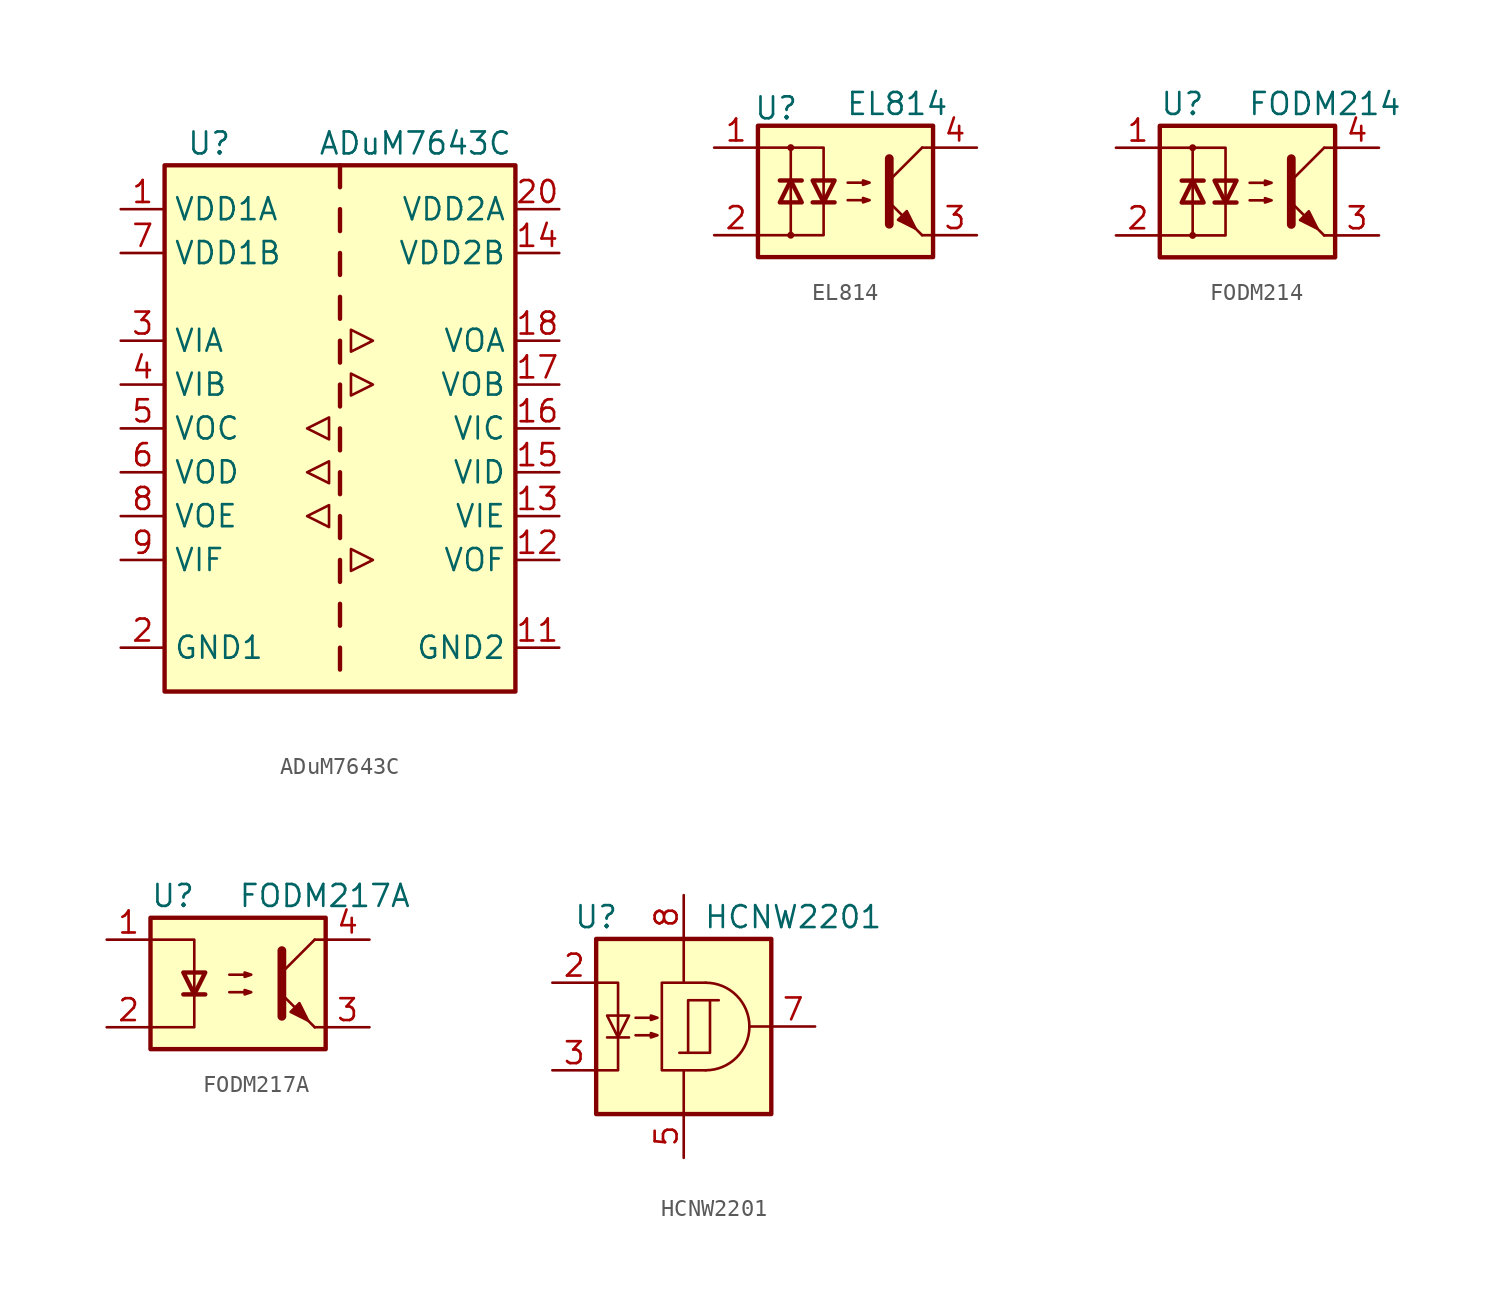
<source format=kicad_sym>
(kicad_symbol_lib
  (version 20201005)
  (generator kicad_symbol_editor)
  (symbol "ADuM7643C"
    (property "Reference" "U"
      (at -8.89 16.51 0)
      (effects (font (size 1.27 1.27)) (justify left)))
    (property "Value" "ADuM7643C"
      (at -1.27 16.51 0)
      (effects (font (size 1.27 1.27)) (justify left)))
    (symbol "ADuM7643C_0_1"
      (polyline (pts (xy -1.905 -5.08) (xy -0.635 -5.715) (xy -0.635 -4.445) (xy -1.905 -5.08)) (stroke (width 0)) (fill (type none)))
      (polyline (pts (xy -1.905 -2.54) (xy -0.635 -3.175) (xy -0.635 -1.905) (xy -1.905 -2.54)) (stroke (width 0)) (fill (type none)))
      (polyline (pts (xy -1.905 0) (xy -0.635 -0.635) (xy -0.635 0.635) (xy -1.905 0)) (stroke (width 0)) (fill (type none)))
      (polyline (pts (xy 0.635 -6.985) (xy 0.635 -8.255) (xy 1.905 -7.62) (xy 0.635 -6.985)) (stroke (width 0)) (fill (type none)))
      (polyline (pts (xy 0.635 3.175) (xy 0.635 1.905) (xy 1.905 2.54) (xy 0.635 3.175)) (stroke (width 0)) (fill (type none)))
      (polyline (pts (xy 0.635 5.715) (xy 0.635 4.445) (xy 1.905 5.08) (xy 0.635 5.715)) (stroke (width 0)) (fill (type none))))
    (symbol "ADuM7643C_1_1"
      (rectangle (start -10.16 15.24) (end 10.16 -15.24) (stroke (width 0.254)) (fill (type background)))
      (polyline (pts (xy 0 -12.7) (xy 0 -13.97)) (stroke (width 0.254)) (fill (type none)))
      (polyline (pts (xy 0 -10.16) (xy 0 -11.43)) (stroke (width 0.254)) (fill (type none)))
      (polyline (pts (xy 0 -7.62) (xy 0 -8.89)) (stroke (width 0.254)) (fill (type none)))
      (polyline (pts (xy 0 -5.08) (xy 0 -6.35)) (stroke (width 0.254)) (fill (type none)))
      (polyline (pts (xy 0 -2.54) (xy 0 -3.81)) (stroke (width 0.254)) (fill (type none)))
      (polyline (pts (xy 0 0) (xy 0 -1.27)) (stroke (width 0.254)) (fill (type none)))
      (polyline (pts (xy 0 2.54) (xy 0 1.27)) (stroke (width 0.254)) (fill (type none)))
      (polyline (pts (xy 0 5.08) (xy 0 3.81)) (stroke (width 0.254)) (fill (type none)))
      (polyline (pts (xy 0 7.62) (xy 0 6.35)) (stroke (width 0.254)) (fill (type none)))
      (polyline (pts (xy 0 10.16) (xy 0 8.89)) (stroke (width 0.254)) (fill (type none)))
      (polyline (pts (xy 0 12.7) (xy 0 11.43)) (stroke (width 0.254)) (fill (type none)))
      (polyline (pts (xy 0 15.24) (xy 0 13.97)) (stroke (width 0.254)) (fill (type none)))
      (pin power_in line (at -12.7 12.7 0) (length 2.54) (name "VDD1A" (effects (font (size 1.27 1.27)))) (number "1" (effects (font (size 1.27 1.27)))))
      (pin passive line (at -12.7 -12.7 0) (length 2.54) hide (name "GND1" (effects (font (size 1.27 1.27)))) (number "10" (effects (font (size 1.27 1.27)))))
      (pin power_in line (at 12.7 -12.7 180) (length 2.54) (name "GND2" (effects (font (size 1.27 1.27)))) (number "11" (effects (font (size 1.27 1.27)))))
      (pin output line (at 12.7 -7.62 180) (length 2.54) (name "VOF" (effects (font (size 1.27 1.27)))) (number "12" (effects (font (size 1.27 1.27)))))
      (pin input line (at 12.7 -5.08 180) (length 2.54) (name "VIE" (effects (font (size 1.27 1.27)))) (number "13" (effects (font (size 1.27 1.27)))))
      (pin power_in line (at 12.7 10.16 180) (length 2.54) (name "VDD2B" (effects (font (size 1.27 1.27)))) (number "14" (effects (font (size 1.27 1.27)))))
      (pin input line (at 12.7 -2.54 180) (length 2.54) (name "VID" (effects (font (size 1.27 1.27)))) (number "15" (effects (font (size 1.27 1.27)))))
      (pin input line (at 12.7 0 180) (length 2.54) (name "VIC" (effects (font (size 1.27 1.27)))) (number "16" (effects (font (size 1.27 1.27)))))
      (pin output line (at 12.7 2.54 180) (length 2.54) (name "VOB" (effects (font (size 1.27 1.27)))) (number "17" (effects (font (size 1.27 1.27)))))
      (pin output line (at 12.7 5.08 180) (length 2.54) (name "VOA" (effects (font (size 1.27 1.27)))) (number "18" (effects (font (size 1.27 1.27)))))
      (pin passive line (at 12.7 -12.7 180) (length 2.54) hide (name "GND2" (effects (font (size 1.27 1.27)))) (number "19" (effects (font (size 1.27 1.27)))))
      (pin power_in line (at -12.7 -12.7 0) (length 2.54) (name "GND1" (effects (font (size 1.27 1.27)))) (number "2" (effects (font (size 1.27 1.27)))))
      (pin power_in line (at 12.7 12.7 180) (length 2.54) (name "VDD2A" (effects (font (size 1.27 1.27)))) (number "20" (effects (font (size 1.27 1.27)))))
      (pin input line (at -12.7 5.08 0) (length 2.54) (name "VIA" (effects (font (size 1.27 1.27)))) (number "3" (effects (font (size 1.27 1.27)))))
      (pin input line (at -12.7 2.54 0) (length 2.54) (name "VIB" (effects (font (size 1.27 1.27)))) (number "4" (effects (font (size 1.27 1.27)))))
      (pin output line (at -12.7 0 0) (length 2.54) (name "VOC" (effects (font (size 1.27 1.27)))) (number "5" (effects (font (size 1.27 1.27)))))
      (pin output line (at -12.7 -2.54 0) (length 2.54) (name "VOD" (effects (font (size 1.27 1.27)))) (number "6" (effects (font (size 1.27 1.27)))))
      (pin power_in line (at -12.7 10.16 0) (length 2.54) (name "VDD1B" (effects (font (size 1.27 1.27)))) (number "7" (effects (font (size 1.27 1.27)))))
      (pin output line (at -12.7 -5.08 0) (length 2.54) (name "VOE" (effects (font (size 1.27 1.27)))) (number "8" (effects (font (size 1.27 1.27)))))
      (pin input line (at -12.7 -7.62 0) (length 2.54) (name "VIF" (effects (font (size 1.27 1.27)))) (number "9" (effects (font (size 1.27 1.27)))))))
  (symbol "EL814"
    (pin_names
      (offset 1.016))
    (property "Reference" "U"
      (at -5.334 4.826 0)
      (effects (font (size 1.27 1.27)) (justify left)))
    (property "Value" "EL814"
      (at 0 5.08 0)
      (effects (font (size 1.27 1.27)) (justify left)))
    (symbol "EL814_0_1"
      (circle (center -3.175 -2.54) (radius 0.127) (stroke (width 0)) (fill (type none)))
      (circle (center -3.175 2.54) (radius 0.127) (stroke (width 0)) (fill (type none)))
      (rectangle (start -5.08 3.81) (end 5.08 -3.81) (stroke (width 0.254)) (fill (type background)))
      (polyline (pts (xy -3.81 0.635) (xy -2.54 0.635)) (stroke (width 0.254)) (fill (type none)))
      (polyline (pts (xy -3.175 -0.635) (xy -3.175 -2.54)) (stroke (width 0)) (fill (type none)))
      (polyline (pts (xy -3.175 0.635) (xy -3.175 -0.635)) (stroke (width 0)) (fill (type none)))
      (polyline (pts (xy -3.175 0.635) (xy -3.175 2.54)) (stroke (width 0)) (fill (type none)))
      (polyline (pts (xy -1.905 -0.635) (xy -0.635 -0.635)) (stroke (width 0.254)) (fill (type none)))
      (polyline (pts (xy -1.27 0.635) (xy -1.27 -0.635)) (stroke (width 0)) (fill (type none)))
      (polyline (pts (xy 2.54 0.635) (xy 4.445 2.54)) (stroke (width 0)) (fill (type none)))
      (polyline (pts (xy 4.445 -2.54) (xy 5.08 -2.54)) (stroke (width 0)) (fill (type none)))
      (polyline (pts (xy 4.445 2.54) (xy 5.08 2.54)) (stroke (width 0)) (fill (type none)))
      (polyline (pts (xy -5.08 2.54) (xy -1.27 2.54) (xy -1.27 0.635)) (stroke (width 0)) (fill (type none)))
      (polyline (pts (xy -1.27 -0.635) (xy -1.27 -2.54) (xy -5.08 -2.54)) (stroke (width 0)) (fill (type none)))
      (polyline (pts (xy 2.54 1.905) (xy 2.54 -1.905) (xy 2.54 -1.905)) (stroke (width 0.508)) (fill (type none)))
      (polyline (pts (xy -3.175 0.635) (xy -3.81 -0.635) (xy -2.54 -0.635) (xy -3.175 0.635)) (stroke (width 0.254)) (fill (type none)))
      (polyline (pts (xy -1.27 -0.635) (xy -1.905 0.635) (xy -0.635 0.635) (xy -1.27 -0.635)) (stroke (width 0.254)) (fill (type none)))
      (polyline (pts (xy 0.127 -0.508) (xy 1.397 -0.508) (xy 1.016 -0.635) (xy 1.016 -0.381) (xy 1.397 -0.508)) (stroke (width 0)) (fill (type none)))
      (polyline (pts (xy 0.127 0.508) (xy 1.397 0.508) (xy 1.016 0.381) (xy 1.016 0.635) (xy 1.397 0.508)) (stroke (width 0)) (fill (type none)))
      (polyline (pts (xy 4.445 -2.54) (xy 2.54 -0.635)) (stroke (width 0)) (fill (type outline)))
      (polyline (pts (xy 3.048 -1.651) (xy 3.556 -1.143) (xy 4.064 -2.159) (xy 3.048 -1.651) (xy 3.048 -1.651)) (stroke (width 0)) (fill (type outline))))
    (symbol "EL814_1_1"
      (pin passive line (at -7.62 2.54 0) (length 2.54) (name "~" (effects (font (size 1.27 1.27)))) (number "1" (effects (font (size 1.27 1.27)))))
      (pin passive line (at -7.62 -2.54 0) (length 2.54) (name "~" (effects (font (size 1.27 1.27)))) (number "2" (effects (font (size 1.27 1.27)))))
      (pin passive line (at 7.62 -2.54 180) (length 2.54) (name "~" (effects (font (size 1.27 1.27)))) (number "3" (effects (font (size 1.27 1.27)))))
      (pin passive line (at 7.62 2.54 180) (length 2.54) (name "~" (effects (font (size 1.27 1.27)))) (number "4" (effects (font (size 1.27 1.27)))))))
  (symbol "FODM214"
    (property "Reference" "U"
      (at -5.08 5.08 0)
      (effects (font (size 1.27 1.27)) (justify left)))
    (property "Value" "FODM214"
      (at 0 5.08 0)
      (effects (font (size 1.27 1.27)) (justify left)))
    (symbol "FODM214_0_1"
      (circle (center -3.175 -2.54) (radius 0.127) (stroke (width 0)) (fill (type none)))
      (circle (center -3.175 2.54) (radius 0.127) (stroke (width 0)) (fill (type none)))
      (rectangle (start -5.08 3.81) (end 5.08 -3.81) (stroke (width 0.254)) (fill (type background)))
      (polyline (pts (xy -3.81 0.635) (xy -2.54 0.635)) (stroke (width 0.254)) (fill (type none)))
      (polyline (pts (xy -3.175 -0.635) (xy -3.175 -2.54)) (stroke (width 0)) (fill (type none)))
      (polyline (pts (xy -3.175 -0.635) (xy -3.175 2.54)) (stroke (width 0)) (fill (type none)))
      (polyline (pts (xy -1.905 -0.635) (xy -0.635 -0.635)) (stroke (width 0.254)) (fill (type none)))
      (polyline (pts (xy 2.54 0.635) (xy 4.445 2.54)) (stroke (width 0)) (fill (type none)))
      (polyline (pts (xy 4.445 -2.54) (xy 5.08 -2.54)) (stroke (width 0)) (fill (type none)))
      (polyline (pts (xy 4.445 2.54) (xy 5.08 2.54)) (stroke (width 0)) (fill (type none)))
      (polyline (pts (xy -5.08 2.54) (xy -1.27 2.54) (xy -1.27 -0.635)) (stroke (width 0)) (fill (type none)))
      (polyline (pts (xy -1.27 -0.635) (xy -1.27 -2.54) (xy -5.08 -2.54)) (stroke (width 0)) (fill (type none)))
      (polyline (pts (xy 2.54 1.905) (xy 2.54 -1.905) (xy 2.54 -1.905)) (stroke (width 0.508)) (fill (type none)))
      (polyline (pts (xy -3.175 0.635) (xy -3.81 -0.635) (xy -2.54 -0.635) (xy -3.175 0.635)) (stroke (width 0.254)) (fill (type none)))
      (polyline (pts (xy -1.27 -0.635) (xy -1.905 0.635) (xy -0.635 0.635) (xy -1.27 -0.635)) (stroke (width 0.254)) (fill (type none)))
      (polyline (pts (xy 0.127 -0.508) (xy 1.397 -0.508) (xy 1.016 -0.635) (xy 1.016 -0.381) (xy 1.397 -0.508)) (stroke (width 0)) (fill (type none)))
      (polyline (pts (xy 0.127 0.508) (xy 1.397 0.508) (xy 1.016 0.381) (xy 1.016 0.635) (xy 1.397 0.508)) (stroke (width 0)) (fill (type none)))
      (polyline (pts (xy 4.445 -2.54) (xy 2.54 -0.635)) (stroke (width 0)) (fill (type outline)))
      (polyline (pts (xy 3.048 -1.651) (xy 3.556 -1.143) (xy 4.064 -2.159) (xy 3.048 -1.651) (xy 3.048 -1.651)) (stroke (width 0)) (fill (type outline))))
    (symbol "FODM214_1_1"
      (pin passive line (at -7.62 2.54 0) (length 2.54) (name "~" (effects (font (size 1.27 1.27)))) (number "1" (effects (font (size 1.27 1.27)))))
      (pin passive line (at -7.62 -2.54 0) (length 2.54) (name "~" (effects (font (size 1.27 1.27)))) (number "2" (effects (font (size 1.27 1.27)))))
      (pin passive line (at 7.62 -2.54 180) (length 2.54) (name "~" (effects (font (size 1.27 1.27)))) (number "3" (effects (font (size 1.27 1.27)))))
      (pin passive line (at 7.62 2.54 180) (length 2.54) (name "~" (effects (font (size 1.27 1.27)))) (number "4" (effects (font (size 1.27 1.27)))))))
  (symbol "FODM217A"
    (property "Reference" "U"
      (at -5.08 5.08 0)
      (effects (font (size 1.27 1.27)) (justify left)))
    (property "Value" "FODM217A"
      (at 0 5.08 0)
      (effects (font (size 1.27 1.27)) (justify left)))
    (symbol "FODM217A_0_1"
      (rectangle (start -5.08 3.81) (end 5.08 -3.81) (stroke (width 0.254)) (fill (type background)))
      (polyline (pts (xy -3.175 -0.635) (xy -1.905 -0.635)) (stroke (width 0.254)) (fill (type none)))
      (polyline (pts (xy 2.54 0.635) (xy 4.445 2.54)) (stroke (width 0)) (fill (type none)))
      (polyline (pts (xy 4.445 -2.54) (xy 5.08 -2.54)) (stroke (width 0)) (fill (type none)))
      (polyline (pts (xy 4.445 2.54) (xy 5.08 2.54)) (stroke (width 0)) (fill (type none)))
      (polyline (pts (xy -5.08 2.54) (xy -2.54 2.54) (xy -2.54 -0.635)) (stroke (width 0)) (fill (type none)))
      (polyline (pts (xy -2.54 -0.635) (xy -2.54 -2.54) (xy -5.08 -2.54)) (stroke (width 0)) (fill (type none)))
      (polyline (pts (xy 2.54 1.905) (xy 2.54 -1.905) (xy 2.54 -1.905)) (stroke (width 0.508)) (fill (type none)))
      (polyline (pts (xy -2.54 -0.635) (xy -3.175 0.635) (xy -1.905 0.635) (xy -2.54 -0.635)) (stroke (width 0.254)) (fill (type none)))
      (polyline (pts (xy -0.508 -0.508) (xy 0.762 -0.508) (xy 0.381 -0.635) (xy 0.381 -0.381) (xy 0.762 -0.508)) (stroke (width 0)) (fill (type none)))
      (polyline (pts (xy -0.508 0.508) (xy 0.762 0.508) (xy 0.381 0.381) (xy 0.381 0.635) (xy 0.762 0.508)) (stroke (width 0)) (fill (type none)))
      (polyline (pts (xy 4.445 -2.54) (xy 2.54 -0.635)) (stroke (width 0)) (fill (type outline)))
      (polyline (pts (xy 3.048 -1.651) (xy 3.556 -1.143) (xy 4.064 -2.159) (xy 3.048 -1.651) (xy 3.048 -1.651)) (stroke (width 0)) (fill (type outline))))
    (symbol "FODM217A_1_1"
      (pin passive line (at -7.62 2.54 0) (length 2.54) (name "~" (effects (font (size 1.27 1.27)))) (number "1" (effects (font (size 1.27 1.27)))))
      (pin passive line (at -7.62 -2.54 0) (length 2.54) (name "~" (effects (font (size 1.27 1.27)))) (number "2" (effects (font (size 1.27 1.27)))))
      (pin passive line (at 7.62 -2.54 180) (length 2.54) (name "~" (effects (font (size 1.27 1.27)))) (number "3" (effects (font (size 1.27 1.27)))))
      (pin passive line (at 7.62 2.54 180) (length 2.54) (name "~" (effects (font (size 1.27 1.27)))) (number "4" (effects (font (size 1.27 1.27)))))))
  (symbol "HCNW2201"
    (property "Reference" "U"
      (at -5.08 6.35 0)
      (effects (font (size 1.27 1.27))))
    (property "Value" "HCNW2201"
      (at 6.35 6.35 0)
      (effects (font (size 1.27 1.27))))
    (symbol "HCNW2201_0_1"
      (polyline (pts (xy 5.08 0) (xy 3.81 0)) (stroke (width 0)) (fill (type none))))
    (symbol "HCNW2201_1_1"
      (arc (start 1.27 -2.54) (end 1.27 2.54) (radius (at 1.27 0) (length 2.54) (angles -89.9 89.9)) (stroke (width 0)) (fill (type none)))
      (rectangle (start 0.254 1.524) (end 1.524 -1.524) (stroke (width 0)) (fill (type none)))
      (rectangle (start -5.08 5.08) (end 5.08 -5.08) (stroke (width 0.254)) (fill (type background)))
      (polyline (pts (xy -4.445 -0.635) (xy -3.175 -0.635)) (stroke (width 0)) (fill (type none)))
      (polyline (pts (xy 0 2.54) (xy 0 5.08)) (stroke (width 0)) (fill (type none)))
      (polyline (pts (xy 0.254 -1.524) (xy -0.254 -1.524)) (stroke (width 0)) (fill (type none)))
      (polyline (pts (xy 1.524 1.524) (xy 2.032 1.524)) (stroke (width 0)) (fill (type none)))
      (polyline (pts (xy 0 -2.54) (xy 0 -5.08) (xy 0 -3.81)) (stroke (width 0)) (fill (type none)))
      (polyline (pts (xy -5.08 -2.54) (xy -3.81 -2.54) (xy -3.81 2.54) (xy -5.08 2.54)) (stroke (width 0)) (fill (type none)))
      (polyline (pts (xy -3.81 -0.635) (xy -4.445 0.635) (xy -3.175 0.635) (xy -3.81 -0.635)) (stroke (width 0)) (fill (type none)))
      (polyline (pts (xy 1.27 -2.54) (xy -1.27 -2.54) (xy -1.27 2.54) (xy 1.27 2.54)) (stroke (width 0)) (fill (type none)))
      (polyline (pts (xy -2.794 -0.508) (xy -1.524 -0.508) (xy -1.905 -0.635) (xy -1.905 -0.381) (xy -1.524 -0.508)) (stroke (width 0)) (fill (type none)))
      (polyline (pts (xy -2.794 0.508) (xy -1.524 0.508) (xy -1.905 0.381) (xy -1.905 0.635) (xy -1.524 0.508)) (stroke (width 0)) (fill (type none)))
      (pin no_connect line (at -5.08 0 0) (length 2.54) hide (name "~" (effects (font (size 1.27 1.27)))) (number "1" (effects (font (size 1.27 1.27)))))
      (pin passive line (at -7.62 2.54 0) (length 2.54) (name "~" (effects (font (size 1.27 1.27)))) (number "2" (effects (font (size 1.27 1.27)))))
      (pin passive line (at -7.62 -2.54 0) (length 2.54) (name "~" (effects (font (size 1.27 1.27)))) (number "3" (effects (font (size 1.27 1.27)))))
      (pin no_connect line (at -5.08 -5.08 0) (length 2.54) hide (name "~" (effects (font (size 1.27 1.27)))) (number "4" (effects (font (size 1.27 1.27)))))
      (pin power_in line (at 0 -7.62 90) (length 2.54) (name "~" (effects (font (size 1.27 1.27)))) (number "5" (effects (font (size 1.27 1.27)))))
      (pin no_connect line (at 5.08 -2.54 180) (length 2.54) hide (name "~" (effects (font (size 1.27 1.27)))) (number "6" (effects (font (size 1.27 1.27)))))
      (pin output line (at 7.62 0 180) (length 2.54) (name "~" (effects (font (size 1.27 1.27)))) (number "7" (effects (font (size 1.27 1.27)))))
      (pin power_in line (at 0 7.62 270) (length 2.54) (name "~" (effects (font (size 1.27 1.27)))) (number "8" (effects (font (size 1.27 1.27))))))))
</source>
